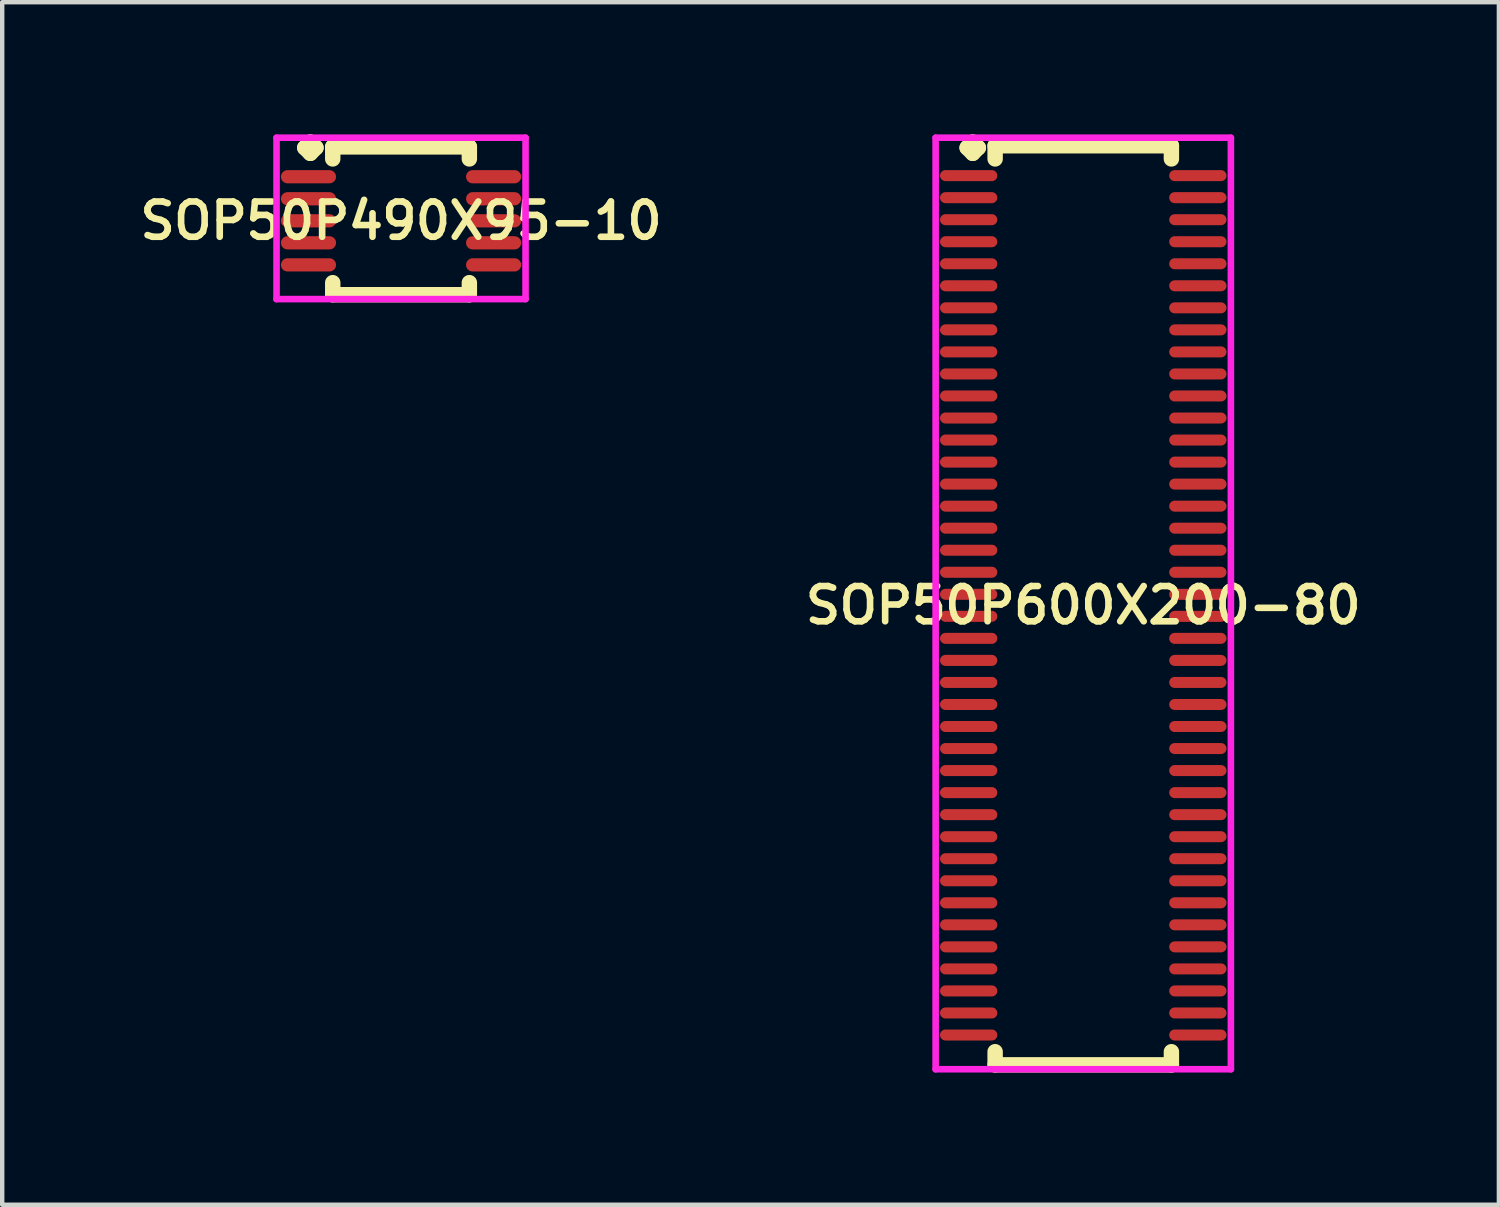
<source format=kicad_pcb>
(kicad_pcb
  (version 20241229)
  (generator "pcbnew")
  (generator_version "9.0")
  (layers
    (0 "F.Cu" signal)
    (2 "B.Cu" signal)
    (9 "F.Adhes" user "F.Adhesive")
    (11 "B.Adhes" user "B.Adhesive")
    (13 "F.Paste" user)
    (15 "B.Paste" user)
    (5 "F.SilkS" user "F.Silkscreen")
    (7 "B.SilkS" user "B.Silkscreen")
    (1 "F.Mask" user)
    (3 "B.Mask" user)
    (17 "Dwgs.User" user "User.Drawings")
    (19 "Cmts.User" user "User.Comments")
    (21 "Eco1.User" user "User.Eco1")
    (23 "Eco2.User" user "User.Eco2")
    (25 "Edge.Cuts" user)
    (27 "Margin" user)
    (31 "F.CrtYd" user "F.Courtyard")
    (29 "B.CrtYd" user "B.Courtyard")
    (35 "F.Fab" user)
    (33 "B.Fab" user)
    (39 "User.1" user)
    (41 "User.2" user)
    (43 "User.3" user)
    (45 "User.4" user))
  (footprint "SOP50P490X95-10"
    (layer "F.Cu")
    (at 6.05 1.96)
    (property "Reference" "SOP50P490X95-10" (at 0 0 0) (layer "F.SilkS") (effects (font (size 0.8 0.8) (thickness 0.15))))
    (attr smd)
    (fp_line (start -2.185 -1.658) (end -2.058 -1.785) (stroke (width 0.35) (type solid)) (layer "F.SilkS"))
    (fp_line (start -2.058 -1.785) (end -1.931 -1.658) (stroke (width 0.35) (type solid)) (layer "F.SilkS"))
    (fp_line (start -2.058 -1.531) (end -2.185 -1.658) (stroke (width 0.35) (type solid)) (layer "F.SilkS"))
    (fp_line (start -1.931 -1.658) (end -2.058 -1.531) (stroke (width 0.35) (type solid)) (layer "F.SilkS"))
    (fp_line (start -1.55 -1.677) (end 1.55 -1.677) (stroke (width 0.35) (type solid)) (layer "F.SilkS"))
    (fp_line (start -1.55 -1.404) (end -1.55 -1.677) (stroke (width 0.35) (type solid)) (layer "F.SilkS"))
    (fp_line (start -1.55 1.404) (end -1.55 1.677) (stroke (width 0.35) (type solid)) (layer "F.SilkS"))
    (fp_line (start -1.55 1.677) (end 1.55 1.677) (stroke (width 0.35) (type solid)) (layer "F.SilkS"))
    (fp_line (start 1.55 -1.677) (end 1.55 -1.404) (stroke (width 0.35) (type solid)) (layer "F.SilkS"))
    (fp_line (start 1.55 1.677) (end 1.55 1.404) (stroke (width 0.35) (type solid)) (layer "F.SilkS"))
    (fp_line (start -2.825 -1.885) (end 2.825 -1.885) (stroke (width 0.15) (type solid)) (layer "F.CrtYd"))
    (fp_line (start -2.825 1.777) (end -2.825 -1.885) (stroke (width 0.15) (type solid)) (layer "F.CrtYd"))
    (fp_line (start 2.825 -1.885) (end 2.825 1.777) (stroke (width 0.15) (type solid)) (layer "F.CrtYd"))
    (fp_line (start 2.825 1.777) (end -2.825 1.777) (stroke (width 0.15) (type solid)) (layer "F.CrtYd"))
    (pad "1" smd oval (at -2.1 -1) (size 1.25 0.3) (layers "F.Cu" "F.Mask" "F.Paste"))
    (pad "2" smd oval (at -2.1 -0.5) (size 1.25 0.3) (layers "F.Cu" "F.Mask" "F.Paste"))
    (pad "3" smd oval (at -2.1 0) (size 1.25 0.3) (layers "F.Cu" "F.Mask" "F.Paste"))
    (pad "4" smd oval (at -2.1 0.5) (size 1.25 0.3) (layers "F.Cu" "F.Mask" "F.Paste"))
    (pad "5" smd oval (at -2.1 1) (size 1.25 0.3) (layers "F.Cu" "F.Mask" "F.Paste"))
    (pad "6" smd oval (at 2.1 1) (size 1.25 0.3) (layers "F.Cu" "F.Mask" "F.Paste"))
    (pad "7" smd oval (at 2.1 0.5) (size 1.25 0.3) (layers "F.Cu" "F.Mask" "F.Paste"))
    (pad "8" smd oval (at 2.1 0) (size 1.25 0.3) (layers "F.Cu" "F.Mask" "F.Paste"))
    (pad "9" smd oval (at 2.1 -0.5) (size 1.25 0.3) (layers "F.Cu" "F.Mask" "F.Paste"))
    (pad "10" smd oval (at 2.1 -1) (size 1.25 0.3) (layers "F.Cu" "F.Mask" "F.Paste")))
  (footprint "SOP50P600X200-80"
    (layer "F.Cu")
    (at 21.53 10.685)
    (property "Reference" "SOP50P600X200-80" (at 0 0 0) (layer "F.SilkS") (effects (font (size 0.8 0.8) (thickness 0.15))))
    (attr smd)
    (fp_line (start -2.635 -10.383) (end -2.508 -10.51) (stroke (width 0.35) (type solid)) (layer "F.SilkS"))
    (fp_line (start -2.508 -10.51) (end -2.381 -10.383) (stroke (width 0.35) (type solid)) (layer "F.SilkS"))
    (fp_line (start -2.508 -10.256) (end -2.635 -10.383) (stroke (width 0.35) (type solid)) (layer "F.SilkS"))
    (fp_line (start -2.381 -10.383) (end -2.508 -10.256) (stroke (width 0.35) (type solid)) (layer "F.SilkS"))
    (fp_line (start -2 -10.427) (end 2 -10.427) (stroke (width 0.35) (type solid)) (layer "F.SilkS"))
    (fp_line (start -2 -10.129) (end -2 -10.427) (stroke (width 0.35) (type solid)) (layer "F.SilkS"))
    (fp_line (start -2 10.129) (end -2 10.427) (stroke (width 0.35) (type solid)) (layer "F.SilkS"))
    (fp_line (start -2 10.427) (end 2 10.427) (stroke (width 0.35) (type solid)) (layer "F.SilkS"))
    (fp_line (start 2 -10.427) (end 2 -10.129) (stroke (width 0.35) (type solid)) (layer "F.SilkS"))
    (fp_line (start 2 10.427) (end 2 10.129) (stroke (width 0.35) (type solid)) (layer "F.SilkS"))
    (fp_line (start -3.35 -10.61) (end 3.35 -10.61) (stroke (width 0.15) (type solid)) (layer "F.CrtYd"))
    (fp_line (start -3.35 10.527) (end -3.35 -10.61) (stroke (width 0.15) (type solid)) (layer "F.CrtYd"))
    (fp_line (start 3.35 -10.61) (end 3.35 10.527) (stroke (width 0.15) (type solid)) (layer "F.CrtYd"))
    (fp_line (start 3.35 10.527) (end -3.35 10.527) (stroke (width 0.15) (type solid)) (layer "F.CrtYd"))
    (pad "1" smd oval (at -2.6 -9.75) (size 1.3 0.25) (layers "F.Cu" "F.Mask" "F.Paste"))
    (pad "2" smd oval (at -2.6 -9.25) (size 1.3 0.25) (layers "F.Cu" "F.Mask" "F.Paste"))
    (pad "3" smd oval (at -2.6 -8.75) (size 1.3 0.25) (layers "F.Cu" "F.Mask" "F.Paste"))
    (pad "4" smd oval (at -2.6 -8.25) (size 1.3 0.25) (layers "F.Cu" "F.Mask" "F.Paste"))
    (pad "5" smd oval (at -2.6 -7.75) (size 1.3 0.25) (layers "F.Cu" "F.Mask" "F.Paste"))
    (pad "6" smd oval (at -2.6 -7.25) (size 1.3 0.25) (layers "F.Cu" "F.Mask" "F.Paste"))
    (pad "7" smd oval (at -2.6 -6.75) (size 1.3 0.25) (layers "F.Cu" "F.Mask" "F.Paste"))
    (pad "8" smd oval (at -2.6 -6.25) (size 1.3 0.25) (layers "F.Cu" "F.Mask" "F.Paste"))
    (pad "9" smd oval (at -2.6 -5.75) (size 1.3 0.25) (layers "F.Cu" "F.Mask" "F.Paste"))
    (pad "10" smd oval (at -2.6 -5.25) (size 1.3 0.25) (layers "F.Cu" "F.Mask" "F.Paste"))
    (pad "11" smd oval (at -2.6 -4.75) (size 1.3 0.25) (layers "F.Cu" "F.Mask" "F.Paste"))
    (pad "12" smd oval (at -2.6 -4.25) (size 1.3 0.25) (layers "F.Cu" "F.Mask" "F.Paste"))
    (pad "13" smd oval (at -2.6 -3.75) (size 1.3 0.25) (layers "F.Cu" "F.Mask" "F.Paste"))
    (pad "14" smd oval (at -2.6 -3.25) (size 1.3 0.25) (layers "F.Cu" "F.Mask" "F.Paste"))
    (pad "15" smd oval (at -2.6 -2.75) (size 1.3 0.25) (layers "F.Cu" "F.Mask" "F.Paste"))
    (pad "16" smd oval (at -2.6 -2.25) (size 1.3 0.25) (layers "F.Cu" "F.Mask" "F.Paste"))
    (pad "17" smd oval (at -2.6 -1.75) (size 1.3 0.25) (layers "F.Cu" "F.Mask" "F.Paste"))
    (pad "18" smd oval (at -2.6 -1.25) (size 1.3 0.25) (layers "F.Cu" "F.Mask" "F.Paste"))
    (pad "19" smd oval (at -2.6 -0.75) (size 1.3 0.25) (layers "F.Cu" "F.Mask" "F.Paste"))
    (pad "20" smd oval (at -2.6 -0.25) (size 1.3 0.25) (layers "F.Cu" "F.Mask" "F.Paste"))
    (pad "21" smd oval (at -2.6 0.25) (size 1.3 0.25) (layers "F.Cu" "F.Mask" "F.Paste"))
    (pad "22" smd oval (at -2.6 0.75) (size 1.3 0.25) (layers "F.Cu" "F.Mask" "F.Paste"))
    (pad "23" smd oval (at -2.6 1.25) (size 1.3 0.25) (layers "F.Cu" "F.Mask" "F.Paste"))
    (pad "24" smd oval (at -2.6 1.75) (size 1.3 0.25) (layers "F.Cu" "F.Mask" "F.Paste"))
    (pad "25" smd oval (at -2.6 2.25) (size 1.3 0.25) (layers "F.Cu" "F.Mask" "F.Paste"))
    (pad "26" smd oval (at -2.6 2.75) (size 1.3 0.25) (layers "F.Cu" "F.Mask" "F.Paste"))
    (pad "27" smd oval (at -2.6 3.25) (size 1.3 0.25) (layers "F.Cu" "F.Mask" "F.Paste"))
    (pad "28" smd oval (at -2.6 3.75) (size 1.3 0.25) (layers "F.Cu" "F.Mask" "F.Paste"))
    (pad "29" smd oval (at -2.6 4.25) (size 1.3 0.25) (layers "F.Cu" "F.Mask" "F.Paste"))
    (pad "30" smd oval (at -2.6 4.75) (size 1.3 0.25) (layers "F.Cu" "F.Mask" "F.Paste"))
    (pad "31" smd oval (at -2.6 5.25) (size 1.3 0.25) (layers "F.Cu" "F.Mask" "F.Paste"))
    (pad "32" smd oval (at -2.6 5.75) (size 1.3 0.25) (layers "F.Cu" "F.Mask" "F.Paste"))
    (pad "33" smd oval (at -2.6 6.25) (size 1.3 0.25) (layers "F.Cu" "F.Mask" "F.Paste"))
    (pad "34" smd oval (at -2.6 6.75) (size 1.3 0.25) (layers "F.Cu" "F.Mask" "F.Paste"))
    (pad "35" smd oval (at -2.6 7.25) (size 1.3 0.25) (layers "F.Cu" "F.Mask" "F.Paste"))
    (pad "36" smd oval (at -2.6 7.75) (size 1.3 0.25) (layers "F.Cu" "F.Mask" "F.Paste"))
    (pad "37" smd oval (at -2.6 8.25) (size 1.3 0.25) (layers "F.Cu" "F.Mask" "F.Paste"))
    (pad "38" smd oval (at -2.6 8.75) (size 1.3 0.25) (layers "F.Cu" "F.Mask" "F.Paste"))
    (pad "39" smd oval (at -2.6 9.25) (size 1.3 0.25) (layers "F.Cu" "F.Mask" "F.Paste"))
    (pad "40" smd oval (at -2.6 9.75) (size 1.3 0.25) (layers "F.Cu" "F.Mask" "F.Paste"))
    (pad "41" smd oval (at 2.6 9.75) (size 1.3 0.25) (layers "F.Cu" "F.Mask" "F.Paste"))
    (pad "42" smd oval (at 2.6 9.25) (size 1.3 0.25) (layers "F.Cu" "F.Mask" "F.Paste"))
    (pad "43" smd oval (at 2.6 8.75) (size 1.3 0.25) (layers "F.Cu" "F.Mask" "F.Paste"))
    (pad "44" smd oval (at 2.6 8.25) (size 1.3 0.25) (layers "F.Cu" "F.Mask" "F.Paste"))
    (pad "45" smd oval (at 2.6 7.75) (size 1.3 0.25) (layers "F.Cu" "F.Mask" "F.Paste"))
    (pad "46" smd oval (at 2.6 7.25) (size 1.3 0.25) (layers "F.Cu" "F.Mask" "F.Paste"))
    (pad "47" smd oval (at 2.6 6.75) (size 1.3 0.25) (layers "F.Cu" "F.Mask" "F.Paste"))
    (pad "48" smd oval (at 2.6 6.25) (size 1.3 0.25) (layers "F.Cu" "F.Mask" "F.Paste"))
    (pad "49" smd oval (at 2.6 5.75) (size 1.3 0.25) (layers "F.Cu" "F.Mask" "F.Paste"))
    (pad "50" smd oval (at 2.6 5.25) (size 1.3 0.25) (layers "F.Cu" "F.Mask" "F.Paste"))
    (pad "51" smd oval (at 2.6 4.75) (size 1.3 0.25) (layers "F.Cu" "F.Mask" "F.Paste"))
    (pad "52" smd oval (at 2.6 4.25) (size 1.3 0.25) (layers "F.Cu" "F.Mask" "F.Paste"))
    (pad "53" smd oval (at 2.6 3.75) (size 1.3 0.25) (layers "F.Cu" "F.Mask" "F.Paste"))
    (pad "54" smd oval (at 2.6 3.25) (size 1.3 0.25) (layers "F.Cu" "F.Mask" "F.Paste"))
    (pad "55" smd oval (at 2.6 2.75) (size 1.3 0.25) (layers "F.Cu" "F.Mask" "F.Paste"))
    (pad "56" smd oval (at 2.6 2.25) (size 1.3 0.25) (layers "F.Cu" "F.Mask" "F.Paste"))
    (pad "57" smd oval (at 2.6 1.75) (size 1.3 0.25) (layers "F.Cu" "F.Mask" "F.Paste"))
    (pad "58" smd oval (at 2.6 1.25) (size 1.3 0.25) (layers "F.Cu" "F.Mask" "F.Paste"))
    (pad "59" smd oval (at 2.6 0.75) (size 1.3 0.25) (layers "F.Cu" "F.Mask" "F.Paste"))
    (pad "60" smd oval (at 2.6 0.25) (size 1.3 0.25) (layers "F.Cu" "F.Mask" "F.Paste"))
    (pad "61" smd oval (at 2.6 -0.25) (size 1.3 0.25) (layers "F.Cu" "F.Mask" "F.Paste"))
    (pad "62" smd oval (at 2.6 -0.75) (size 1.3 0.25) (layers "F.Cu" "F.Mask" "F.Paste"))
    (pad "63" smd oval (at 2.6 -1.25) (size 1.3 0.25) (layers "F.Cu" "F.Mask" "F.Paste"))
    (pad "64" smd oval (at 2.6 -1.75) (size 1.3 0.25) (layers "F.Cu" "F.Mask" "F.Paste"))
    (pad "65" smd oval (at 2.6 -2.25) (size 1.3 0.25) (layers "F.Cu" "F.Mask" "F.Paste"))
    (pad "66" smd oval (at 2.6 -2.75) (size 1.3 0.25) (layers "F.Cu" "F.Mask" "F.Paste"))
    (pad "67" smd oval (at 2.6 -3.25) (size 1.3 0.25) (layers "F.Cu" "F.Mask" "F.Paste"))
    (pad "68" smd oval (at 2.6 -3.75) (size 1.3 0.25) (layers "F.Cu" "F.Mask" "F.Paste"))
    (pad "69" smd oval (at 2.6 -4.25) (size 1.3 0.25) (layers "F.Cu" "F.Mask" "F.Paste"))
    (pad "70" smd oval (at 2.6 -4.75) (size 1.3 0.25) (layers "F.Cu" "F.Mask" "F.Paste"))
    (pad "71" smd oval (at 2.6 -5.25) (size 1.3 0.25) (layers "F.Cu" "F.Mask" "F.Paste"))
    (pad "72" smd oval (at 2.6 -5.75) (size 1.3 0.25) (layers "F.Cu" "F.Mask" "F.Paste"))
    (pad "73" smd oval (at 2.6 -6.25) (size 1.3 0.25) (layers "F.Cu" "F.Mask" "F.Paste"))
    (pad "74" smd oval (at 2.6 -6.75) (size 1.3 0.25) (layers "F.Cu" "F.Mask" "F.Paste"))
    (pad "75" smd oval (at 2.6 -7.25) (size 1.3 0.25) (layers "F.Cu" "F.Mask" "F.Paste"))
    (pad "76" smd oval (at 2.6 -7.75) (size 1.3 0.25) (layers "F.Cu" "F.Mask" "F.Paste"))
    (pad "77" smd oval (at 2.6 -8.25) (size 1.3 0.25) (layers "F.Cu" "F.Mask" "F.Paste"))
    (pad "78" smd oval (at 2.6 -8.75) (size 1.3 0.25) (layers "F.Cu" "F.Mask" "F.Paste"))
    (pad "79" smd oval (at 2.6 -9.25) (size 1.3 0.25) (layers "F.Cu" "F.Mask" "F.Paste"))
    (pad "80" smd oval (at 2.6 -9.75) (size 1.3 0.25) (layers "F.Cu" "F.Mask" "F.Paste")))
  (gr_rect
    (start -3 -3)
    (end 30.961 24.287)
    (stroke (width 0.1) (type default))
    (fill no)
    (layer "Edge.Cuts")))
</source>
